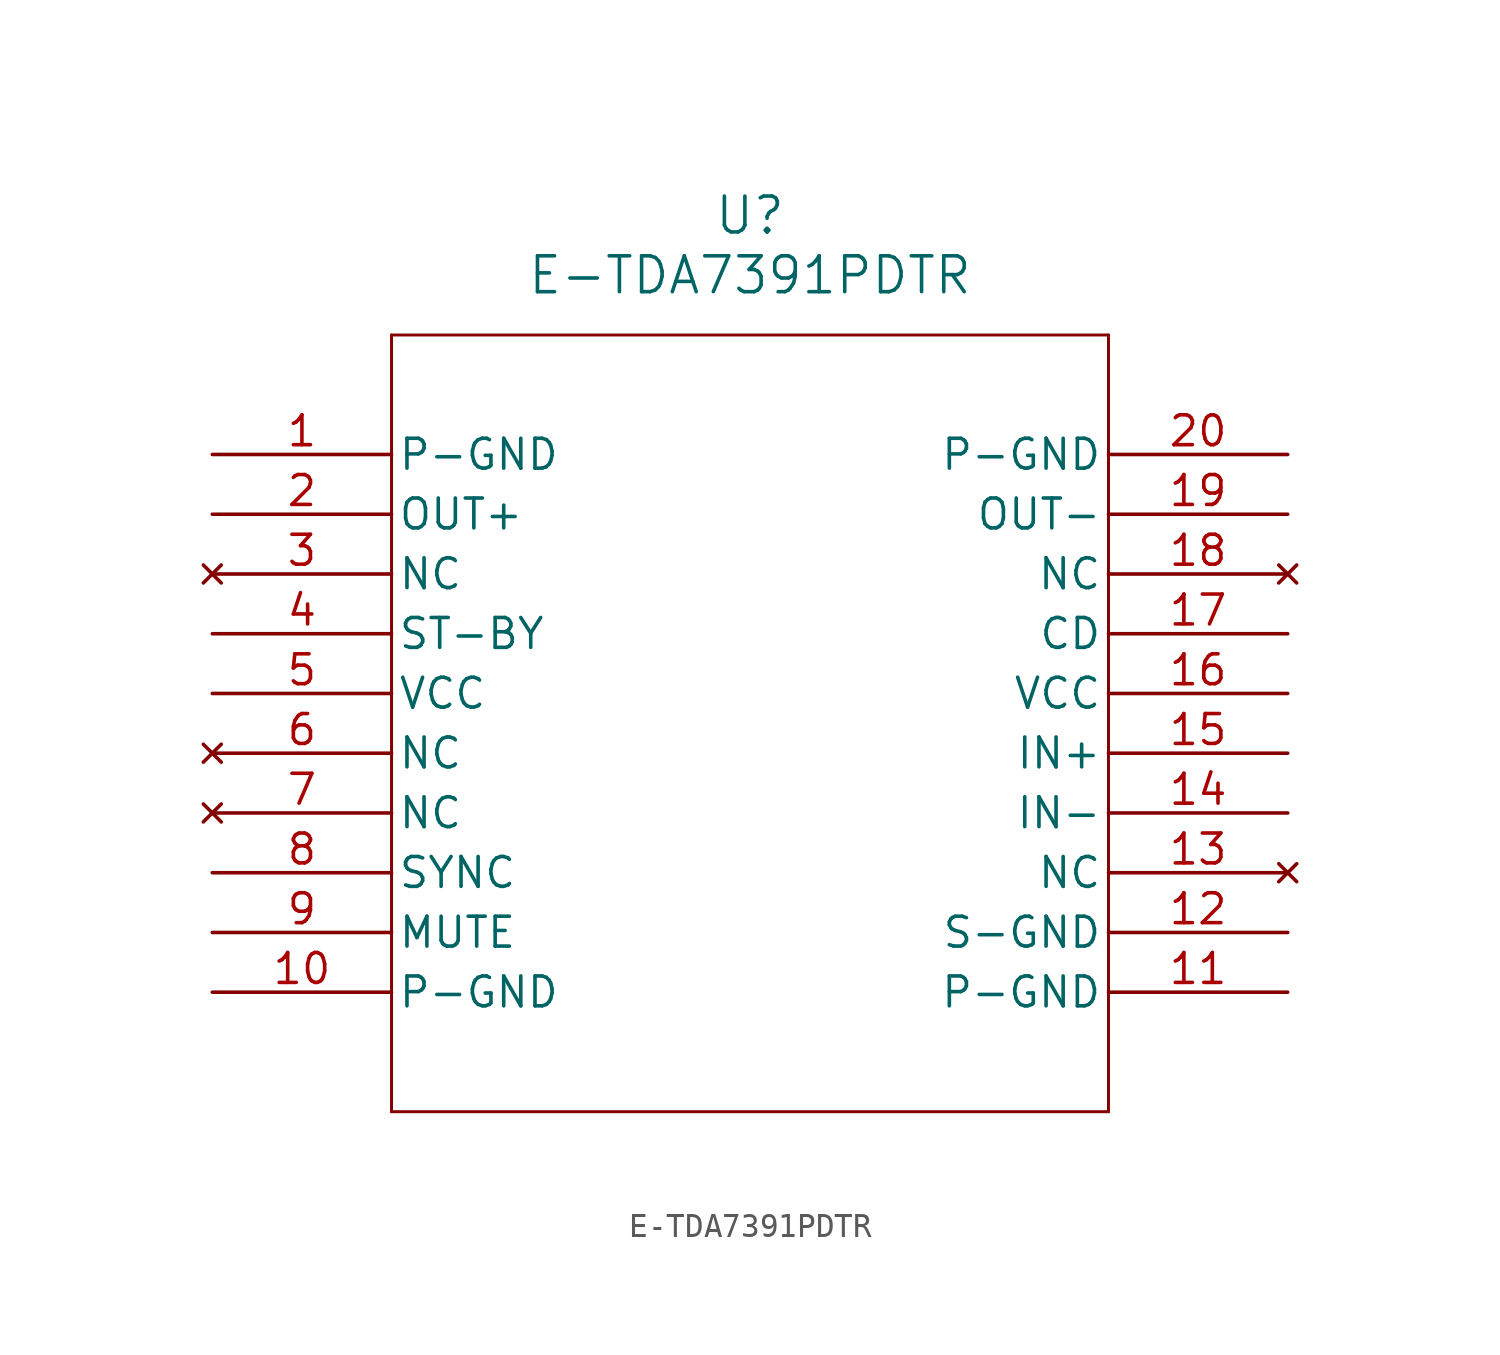
<source format=kicad_sym>
(kicad_symbol_lib
  (version 20211014)
  (generator kicad_symbol_editor)
  (symbol "E-TDA7391PDTR"
    (pin_names
      (offset 0.254))
    (property "Reference" "U"
      (at 22.86 10.16 0)
      (effects (font (size 1.524 1.524))))
    (property "Value" "E-TDA7391PDTR"
      (at 22.86 7.62 0)
      (effects (font (size 1.524 1.524))))
    (symbol "E-TDA7391PDTR_0_1"
      (polyline (pts (xy 7.62 5.08) (xy 7.62 -27.94)) (stroke (width 0.127) (type default) (color 0 0 0 0)) (fill (type none)))
      (polyline (pts (xy 7.62 -27.94) (xy 38.1 -27.94)) (stroke (width 0.127) (type default) (color 0 0 0 0)) (fill (type none)))
      (polyline (pts (xy 38.1 -27.94) (xy 38.1 5.08)) (stroke (width 0.127) (type default) (color 0 0 0 0)) (fill (type none)))
      (polyline (pts (xy 38.1 5.08) (xy 7.62 5.08)) (stroke (width 0.127) (type default) (color 0 0 0 0)) (fill (type none)))
      (pin power_out line (at 0 0 0) (length 7.62) (name "P-GND" (effects (font (size 1.27 1.27)))) (number "1" (effects (font (size 1.27 1.27)))))
      (pin output line (at 0 -2.54 0) (length 7.62) (name "OUT+" (effects (font (size 1.27 1.27)))) (number "2" (effects (font (size 1.27 1.27)))))
      (pin no_connect line (at 0 -5.08 0) (length 7.62) (name "NC" (effects (font (size 1.27 1.27)))) (number "3" (effects (font (size 1.27 1.27)))))
      (pin unspecified line (at 0 -7.62 0) (length 7.62) (name "ST-BY" (effects (font (size 1.27 1.27)))) (number "4" (effects (font (size 1.27 1.27)))))
      (pin power_in line (at 0 -10.16 0) (length 7.62) (name "VCC" (effects (font (size 1.27 1.27)))) (number "5" (effects (font (size 1.27 1.27)))))
      (pin no_connect line (at 0 -12.7 0) (length 7.62) (name "NC" (effects (font (size 1.27 1.27)))) (number "6" (effects (font (size 1.27 1.27)))))
      (pin no_connect line (at 0 -15.24 0) (length 7.62) (name "NC" (effects (font (size 1.27 1.27)))) (number "7" (effects (font (size 1.27 1.27)))))
      (pin unspecified line (at 0 -17.78 0) (length 7.62) (name "SYNC" (effects (font (size 1.27 1.27)))) (number "8" (effects (font (size 1.27 1.27)))))
      (pin unspecified line (at 0 -20.32 0) (length 7.62) (name "MUTE" (effects (font (size 1.27 1.27)))) (number "9" (effects (font (size 1.27 1.27)))))
      (pin power_out line (at 0 -22.86 0) (length 7.62) (name "P-GND" (effects (font (size 1.27 1.27)))) (number "10" (effects (font (size 1.27 1.27)))))
      (pin power_out line (at 45.72 -22.86 180) (length 7.62) (name "P-GND" (effects (font (size 1.27 1.27)))) (number "11" (effects (font (size 1.27 1.27)))))
      (pin power_out line (at 45.72 -20.32 180) (length 7.62) (name "S-GND" (effects (font (size 1.27 1.27)))) (number "12" (effects (font (size 1.27 1.27)))))
      (pin no_connect line (at 45.72 -17.78 180) (length 7.62) (name "NC" (effects (font (size 1.27 1.27)))) (number "13" (effects (font (size 1.27 1.27)))))
      (pin input line (at 45.72 -15.24 180) (length 7.62) (name "IN-" (effects (font (size 1.27 1.27)))) (number "14" (effects (font (size 1.27 1.27)))))
      (pin input line (at 45.72 -12.7 180) (length 7.62) (name "IN+" (effects (font (size 1.27 1.27)))) (number "15" (effects (font (size 1.27 1.27)))))
      (pin power_in line (at 45.72 -10.16 180) (length 7.62) (name "VCC" (effects (font (size 1.27 1.27)))) (number "16" (effects (font (size 1.27 1.27)))))
      (pin unspecified line (at 45.72 -7.62 180) (length 7.62) (name "CD" (effects (font (size 1.27 1.27)))) (number "17" (effects (font (size 1.27 1.27)))))
      (pin no_connect line (at 45.72 -5.08 180) (length 7.62) (name "NC" (effects (font (size 1.27 1.27)))) (number "18" (effects (font (size 1.27 1.27)))))
      (pin output line (at 45.72 -2.54 180) (length 7.62) (name "OUT-" (effects (font (size 1.27 1.27)))) (number "19" (effects (font (size 1.27 1.27)))))
      (pin power_out line (at 45.72 0 180) (length 7.62) (name "P-GND" (effects (font (size 1.27 1.27)))) (number "20" (effects (font (size 1.27 1.27))))))))
</source>
